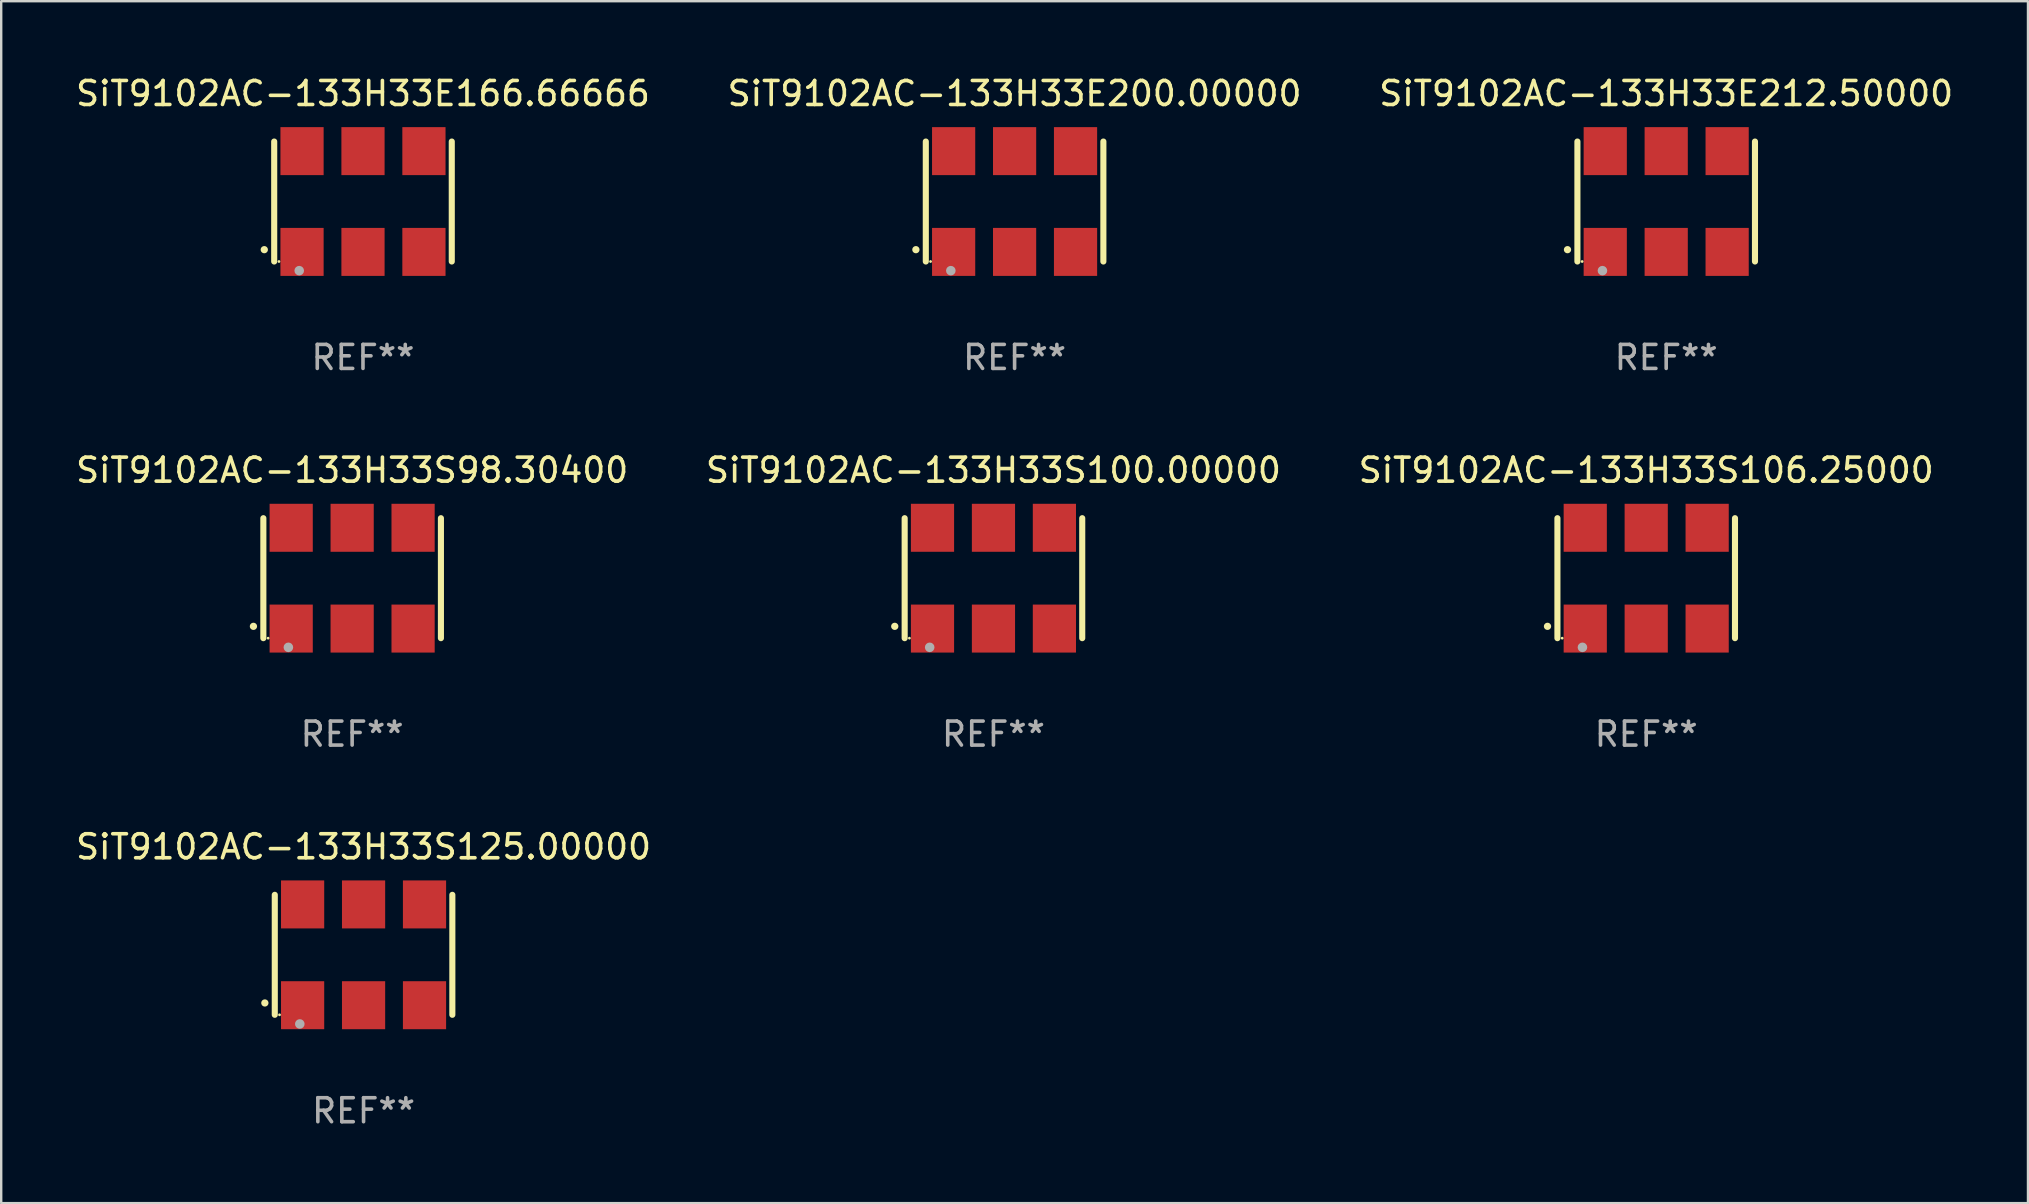
<source format=kicad_pcb>
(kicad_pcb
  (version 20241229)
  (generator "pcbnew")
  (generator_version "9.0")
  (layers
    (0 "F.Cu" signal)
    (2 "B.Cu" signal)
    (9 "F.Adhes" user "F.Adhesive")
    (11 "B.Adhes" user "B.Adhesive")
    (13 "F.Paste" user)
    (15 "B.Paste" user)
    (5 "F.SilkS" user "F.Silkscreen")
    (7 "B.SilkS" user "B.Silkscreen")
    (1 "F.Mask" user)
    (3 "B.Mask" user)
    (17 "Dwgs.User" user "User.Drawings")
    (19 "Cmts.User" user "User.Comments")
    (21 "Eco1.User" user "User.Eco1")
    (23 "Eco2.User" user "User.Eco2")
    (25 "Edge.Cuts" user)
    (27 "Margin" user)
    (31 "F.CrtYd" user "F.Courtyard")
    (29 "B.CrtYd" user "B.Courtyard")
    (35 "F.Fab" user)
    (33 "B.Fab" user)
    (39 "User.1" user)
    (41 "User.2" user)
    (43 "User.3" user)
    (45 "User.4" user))
  (footprint "SiT9102AC-133H33E166.66666"
    (layer "F.Cu")
    (at 12.077 5.348)
    (property "Reference" "SiT9102AC-133H33E166.66666" (at 0 -4.5 0) (layer "F.SilkS") (effects (font (size 1 1) (thickness 0.15))))
    (attr through_hole)
    (fp_line (start -3.7 -2.5) (end -3.7 2.5) (stroke (width 0.254) (type solid)) (layer "F.SilkS"))
    (fp_line (start 3.7 -2.5) (end 3.7 2.5) (stroke (width 0.254) (type solid)) (layer "F.SilkS"))
    (fp_arc (start -4.114415 2.006604) (mid -4.113145 2.006599) (end -4.111875 2.006604) (stroke (width 0.3) (type solid)) (layer "F.SilkS"))
    (fp_circle (center -3.502 2.5) (end -3.472 2.5) (stroke (width 0.06) (type solid)) (fill no) (layer "F.SilkS"))
    (fp_circle (center -2.657 2.882) (end -2.557 2.882) (stroke (width 0.2) (type solid)) (fill no) (layer "F.Fab"))
    (fp_text user "REF**" (at 0 6.5 0) (layer "F.Fab") (effects (font (size 1 1) (thickness 0.15))))
    (pad "1" smd rect (at -2.54 2.1) (size 1.8 2) (layers "F.Cu" "F.Mask" "F.Paste"))
    (pad "2" smd rect (at 0.000394 2.1) (size 1.8 2) (layers "F.Cu" "F.Mask" "F.Paste"))
    (pad "3" smd rect (at 2.54 2.1) (size 1.8 2) (layers "F.Cu" "F.Mask" "F.Paste"))
    (pad "4" smd rect (at 2.54 -2.1) (size 1.8 2) (layers "F.Cu" "F.Mask" "F.Paste"))
    (pad "5" smd rect (at 0.000394 -2.1) (size 1.8 2) (layers "F.Cu" "F.Mask" "F.Paste"))
    (pad "6" smd rect (at -2.54 -2.1) (size 1.8 2) (layers "F.Cu" "F.Mask" "F.Paste")))
  (footprint "SiT9102AC-133H33E200.00000"
    (layer "F.Cu")
    (at 39.232 5.348)
    (property "Reference" "SiT9102AC-133H33E200.00000" (at 0 -4.5 0) (layer "F.SilkS") (effects (font (size 1 1) (thickness 0.15))))
    (attr through_hole)
    (fp_line (start -3.7 -2.5) (end -3.7 2.5) (stroke (width 0.254) (type solid)) (layer "F.SilkS"))
    (fp_line (start 3.7 -2.5) (end 3.7 2.5) (stroke (width 0.254) (type solid)) (layer "F.SilkS"))
    (fp_arc (start -4.114415 2.006604) (mid -4.113145 2.006599) (end -4.111875 2.006604) (stroke (width 0.3) (type solid)) (layer "F.SilkS"))
    (fp_circle (center -3.502 2.5) (end -3.472 2.5) (stroke (width 0.06) (type solid)) (fill no) (layer "F.SilkS"))
    (fp_circle (center -2.657 2.882) (end -2.557 2.882) (stroke (width 0.2) (type solid)) (fill no) (layer "F.Fab"))
    (fp_text user "REF**" (at 0 6.5 0) (layer "F.Fab") (effects (font (size 1 1) (thickness 0.15))))
    (pad "1" smd rect (at -2.54 2.1) (size 1.8 2) (layers "F.Cu" "F.Mask" "F.Paste"))
    (pad "2" smd rect (at 0.000394 2.1) (size 1.8 2) (layers "F.Cu" "F.Mask" "F.Paste"))
    (pad "3" smd rect (at 2.54 2.1) (size 1.8 2) (layers "F.Cu" "F.Mask" "F.Paste"))
    (pad "4" smd rect (at 2.54 -2.1) (size 1.8 2) (layers "F.Cu" "F.Mask" "F.Paste"))
    (pad "5" smd rect (at 0.000394 -2.1) (size 1.8 2) (layers "F.Cu" "F.Mask" "F.Paste"))
    (pad "6" smd rect (at -2.54 -2.1) (size 1.8 2) (layers "F.Cu" "F.Mask" "F.Paste")))
  (footprint "SiT9102AC-133H33S98.30400"
    (layer "F.Cu")
    (at 11.625 21.045)
    (property "Reference" "SiT9102AC-133H33S98.30400" (at 0 -4.5 0) (layer "F.SilkS") (effects (font (size 1 1) (thickness 0.15))))
    (attr through_hole)
    (fp_line (start -3.7 -2.5) (end -3.7 2.5) (stroke (width 0.254) (type solid)) (layer "F.SilkS"))
    (fp_line (start 3.7 -2.5) (end 3.7 2.5) (stroke (width 0.254) (type solid)) (layer "F.SilkS"))
    (fp_arc (start -4.114415 2.006604) (mid -4.113145 2.006599) (end -4.111875 2.006604) (stroke (width 0.3) (type solid)) (layer "F.SilkS"))
    (fp_circle (center -3.502 2.5) (end -3.472 2.5) (stroke (width 0.06) (type solid)) (fill no) (layer "F.SilkS"))
    (fp_circle (center -2.657 2.882) (end -2.557 2.882) (stroke (width 0.2) (type solid)) (fill no) (layer "F.Fab"))
    (fp_text user "REF**" (at 0 6.5 0) (layer "F.Fab") (effects (font (size 1 1) (thickness 0.15))))
    (pad "1" smd rect (at -2.54 2.1) (size 1.8 2) (layers "F.Cu" "F.Mask" "F.Paste"))
    (pad "2" smd rect (at 0.000394 2.1) (size 1.8 2) (layers "F.Cu" "F.Mask" "F.Paste"))
    (pad "3" smd rect (at 2.54 2.1) (size 1.8 2) (layers "F.Cu" "F.Mask" "F.Paste"))
    (pad "4" smd rect (at 2.54 -2.1) (size 1.8 2) (layers "F.Cu" "F.Mask" "F.Paste"))
    (pad "5" smd rect (at 0.000394 -2.1) (size 1.8 2) (layers "F.Cu" "F.Mask" "F.Paste"))
    (pad "6" smd rect (at -2.54 -2.1) (size 1.8 2) (layers "F.Cu" "F.Mask" "F.Paste")))
  (footprint "SiT9102AC-133H33S125.00000"
    (layer "F.Cu")
    (at 12.101 36.741)
    (property "Reference" "SiT9102AC-133H33S125.00000" (at 0 -4.5 0) (layer "F.SilkS") (effects (font (size 1 1) (thickness 0.15))))
    (attr through_hole)
    (fp_line (start -3.7 -2.5) (end -3.7 2.5) (stroke (width 0.254) (type solid)) (layer "F.SilkS"))
    (fp_line (start 3.7 -2.5) (end 3.7 2.5) (stroke (width 0.254) (type solid)) (layer "F.SilkS"))
    (fp_arc (start -4.114415 2.006604) (mid -4.113145 2.006599) (end -4.111875 2.006604) (stroke (width 0.3) (type solid)) (layer "F.SilkS"))
    (fp_circle (center -3.502 2.5) (end -3.472 2.5) (stroke (width 0.06) (type solid)) (fill no) (layer "F.SilkS"))
    (fp_circle (center -2.657 2.882) (end -2.557 2.882) (stroke (width 0.2) (type solid)) (fill no) (layer "F.Fab"))
    (fp_text user "REF**" (at 0 6.5 0) (layer "F.Fab") (effects (font (size 1 1) (thickness 0.15))))
    (pad "1" smd rect (at -2.54 2.1) (size 1.8 2) (layers "F.Cu" "F.Mask" "F.Paste"))
    (pad "2" smd rect (at 0.000394 2.1) (size 1.8 2) (layers "F.Cu" "F.Mask" "F.Paste"))
    (pad "3" smd rect (at 2.54 2.1) (size 1.8 2) (layers "F.Cu" "F.Mask" "F.Paste"))
    (pad "4" smd rect (at 2.54 -2.1) (size 1.8 2) (layers "F.Cu" "F.Mask" "F.Paste"))
    (pad "5" smd rect (at 0.000394 -2.1) (size 1.8 2) (layers "F.Cu" "F.Mask" "F.Paste"))
    (pad "6" smd rect (at -2.54 -2.1) (size 1.8 2) (layers "F.Cu" "F.Mask" "F.Paste")))
  (footprint "SiT9102AC-133H33S106.25000"
    (layer "F.Cu")
    (at 65.554 21.045)
    (property "Reference" "SiT9102AC-133H33S106.25000" (at 0 -4.5 0) (layer "F.SilkS") (effects (font (size 1 1) (thickness 0.15))))
    (attr through_hole)
    (fp_line (start -3.7 -2.5) (end -3.7 2.5) (stroke (width 0.254) (type solid)) (layer "F.SilkS"))
    (fp_line (start 3.7 -2.5) (end 3.7 2.5) (stroke (width 0.254) (type solid)) (layer "F.SilkS"))
    (fp_arc (start -4.114415 2.006604) (mid -4.113145 2.006599) (end -4.111875 2.006604) (stroke (width 0.3) (type solid)) (layer "F.SilkS"))
    (fp_circle (center -3.502 2.5) (end -3.472 2.5) (stroke (width 0.06) (type solid)) (fill no) (layer "F.SilkS"))
    (fp_circle (center -2.657 2.882) (end -2.557 2.882) (stroke (width 0.2) (type solid)) (fill no) (layer "F.Fab"))
    (fp_text user "REF**" (at 0 6.5 0) (layer "F.Fab") (effects (font (size 1 1) (thickness 0.15))))
    (pad "1" smd rect (at -2.54 2.1) (size 1.8 2) (layers "F.Cu" "F.Mask" "F.Paste"))
    (pad "2" smd rect (at 0.000394 2.1) (size 1.8 2) (layers "F.Cu" "F.Mask" "F.Paste"))
    (pad "3" smd rect (at 2.54 2.1) (size 1.8 2) (layers "F.Cu" "F.Mask" "F.Paste"))
    (pad "4" smd rect (at 2.54 -2.1) (size 1.8 2) (layers "F.Cu" "F.Mask" "F.Paste"))
    (pad "5" smd rect (at 0.000394 -2.1) (size 1.8 2) (layers "F.Cu" "F.Mask" "F.Paste"))
    (pad "6" smd rect (at -2.54 -2.1) (size 1.8 2) (layers "F.Cu" "F.Mask" "F.Paste")))
  (footprint "SiT9102AC-133H33S100.00000"
    (layer "F.Cu")
    (at 38.351 21.045)
    (property "Reference" "SiT9102AC-133H33S100.00000" (at 0 -4.5 0) (layer "F.SilkS") (effects (font (size 1 1) (thickness 0.15))))
    (attr through_hole)
    (fp_line (start -3.7 -2.5) (end -3.7 2.5) (stroke (width 0.254) (type solid)) (layer "F.SilkS"))
    (fp_line (start 3.7 -2.5) (end 3.7 2.5) (stroke (width 0.254) (type solid)) (layer "F.SilkS"))
    (fp_arc (start -4.114415 2.006604) (mid -4.113145 2.006599) (end -4.111875 2.006604) (stroke (width 0.3) (type solid)) (layer "F.SilkS"))
    (fp_circle (center -3.502 2.5) (end -3.472 2.5) (stroke (width 0.06) (type solid)) (fill no) (layer "F.SilkS"))
    (fp_circle (center -2.657 2.882) (end -2.557 2.882) (stroke (width 0.2) (type solid)) (fill no) (layer "F.Fab"))
    (fp_text user "REF**" (at 0 6.5 0) (layer "F.Fab") (effects (font (size 1 1) (thickness 0.15))))
    (pad "1" smd rect (at -2.54 2.1) (size 1.8 2) (layers "F.Cu" "F.Mask" "F.Paste"))
    (pad "2" smd rect (at 0.000394 2.1) (size 1.8 2) (layers "F.Cu" "F.Mask" "F.Paste"))
    (pad "3" smd rect (at 2.54 2.1) (size 1.8 2) (layers "F.Cu" "F.Mask" "F.Paste"))
    (pad "4" smd rect (at 2.54 -2.1) (size 1.8 2) (layers "F.Cu" "F.Mask" "F.Paste"))
    (pad "5" smd rect (at 0.000394 -2.1) (size 1.8 2) (layers "F.Cu" "F.Mask" "F.Paste"))
    (pad "6" smd rect (at -2.54 -2.1) (size 1.8 2) (layers "F.Cu" "F.Mask" "F.Paste")))
  (footprint "SiT9102AC-133H33E212.50000"
    (layer "F.Cu")
    (at 66.387 5.348)
    (property "Reference" "SiT9102AC-133H33E212.50000" (at 0 -4.5 0) (layer "F.SilkS") (effects (font (size 1 1) (thickness 0.15))))
    (attr through_hole)
    (fp_line (start -3.7 -2.5) (end -3.7 2.5) (stroke (width 0.254) (type solid)) (layer "F.SilkS"))
    (fp_line (start 3.7 -2.5) (end 3.7 2.5) (stroke (width 0.254) (type solid)) (layer "F.SilkS"))
    (fp_arc (start -4.114415 2.006604) (mid -4.113145 2.006599) (end -4.111875 2.006604) (stroke (width 0.3) (type solid)) (layer "F.SilkS"))
    (fp_circle (center -3.502 2.5) (end -3.472 2.5) (stroke (width 0.06) (type solid)) (fill no) (layer "F.SilkS"))
    (fp_circle (center -2.657 2.882) (end -2.557 2.882) (stroke (width 0.2) (type solid)) (fill no) (layer "F.Fab"))
    (fp_text user "REF**" (at 0 6.5 0) (layer "F.Fab") (effects (font (size 1 1) (thickness 0.15))))
    (pad "1" smd rect (at -2.54 2.1) (size 1.8 2) (layers "F.Cu" "F.Mask" "F.Paste"))
    (pad "2" smd rect (at 0.000394 2.1) (size 1.8 2) (layers "F.Cu" "F.Mask" "F.Paste"))
    (pad "3" smd rect (at 2.54 2.1) (size 1.8 2) (layers "F.Cu" "F.Mask" "F.Paste"))
    (pad "4" smd rect (at 2.54 -2.1) (size 1.8 2) (layers "F.Cu" "F.Mask" "F.Paste"))
    (pad "5" smd rect (at 0.000394 -2.1) (size 1.8 2) (layers "F.Cu" "F.Mask" "F.Paste"))
    (pad "6" smd rect (at -2.54 -2.1) (size 1.8 2) (layers "F.Cu" "F.Mask" "F.Paste")))
  (gr_rect
    (start -3 -3)
    (end 81.464 47.09)
    (stroke (width 0.1) (type default))
    (fill no)
    (layer "Edge.Cuts")))
</source>
